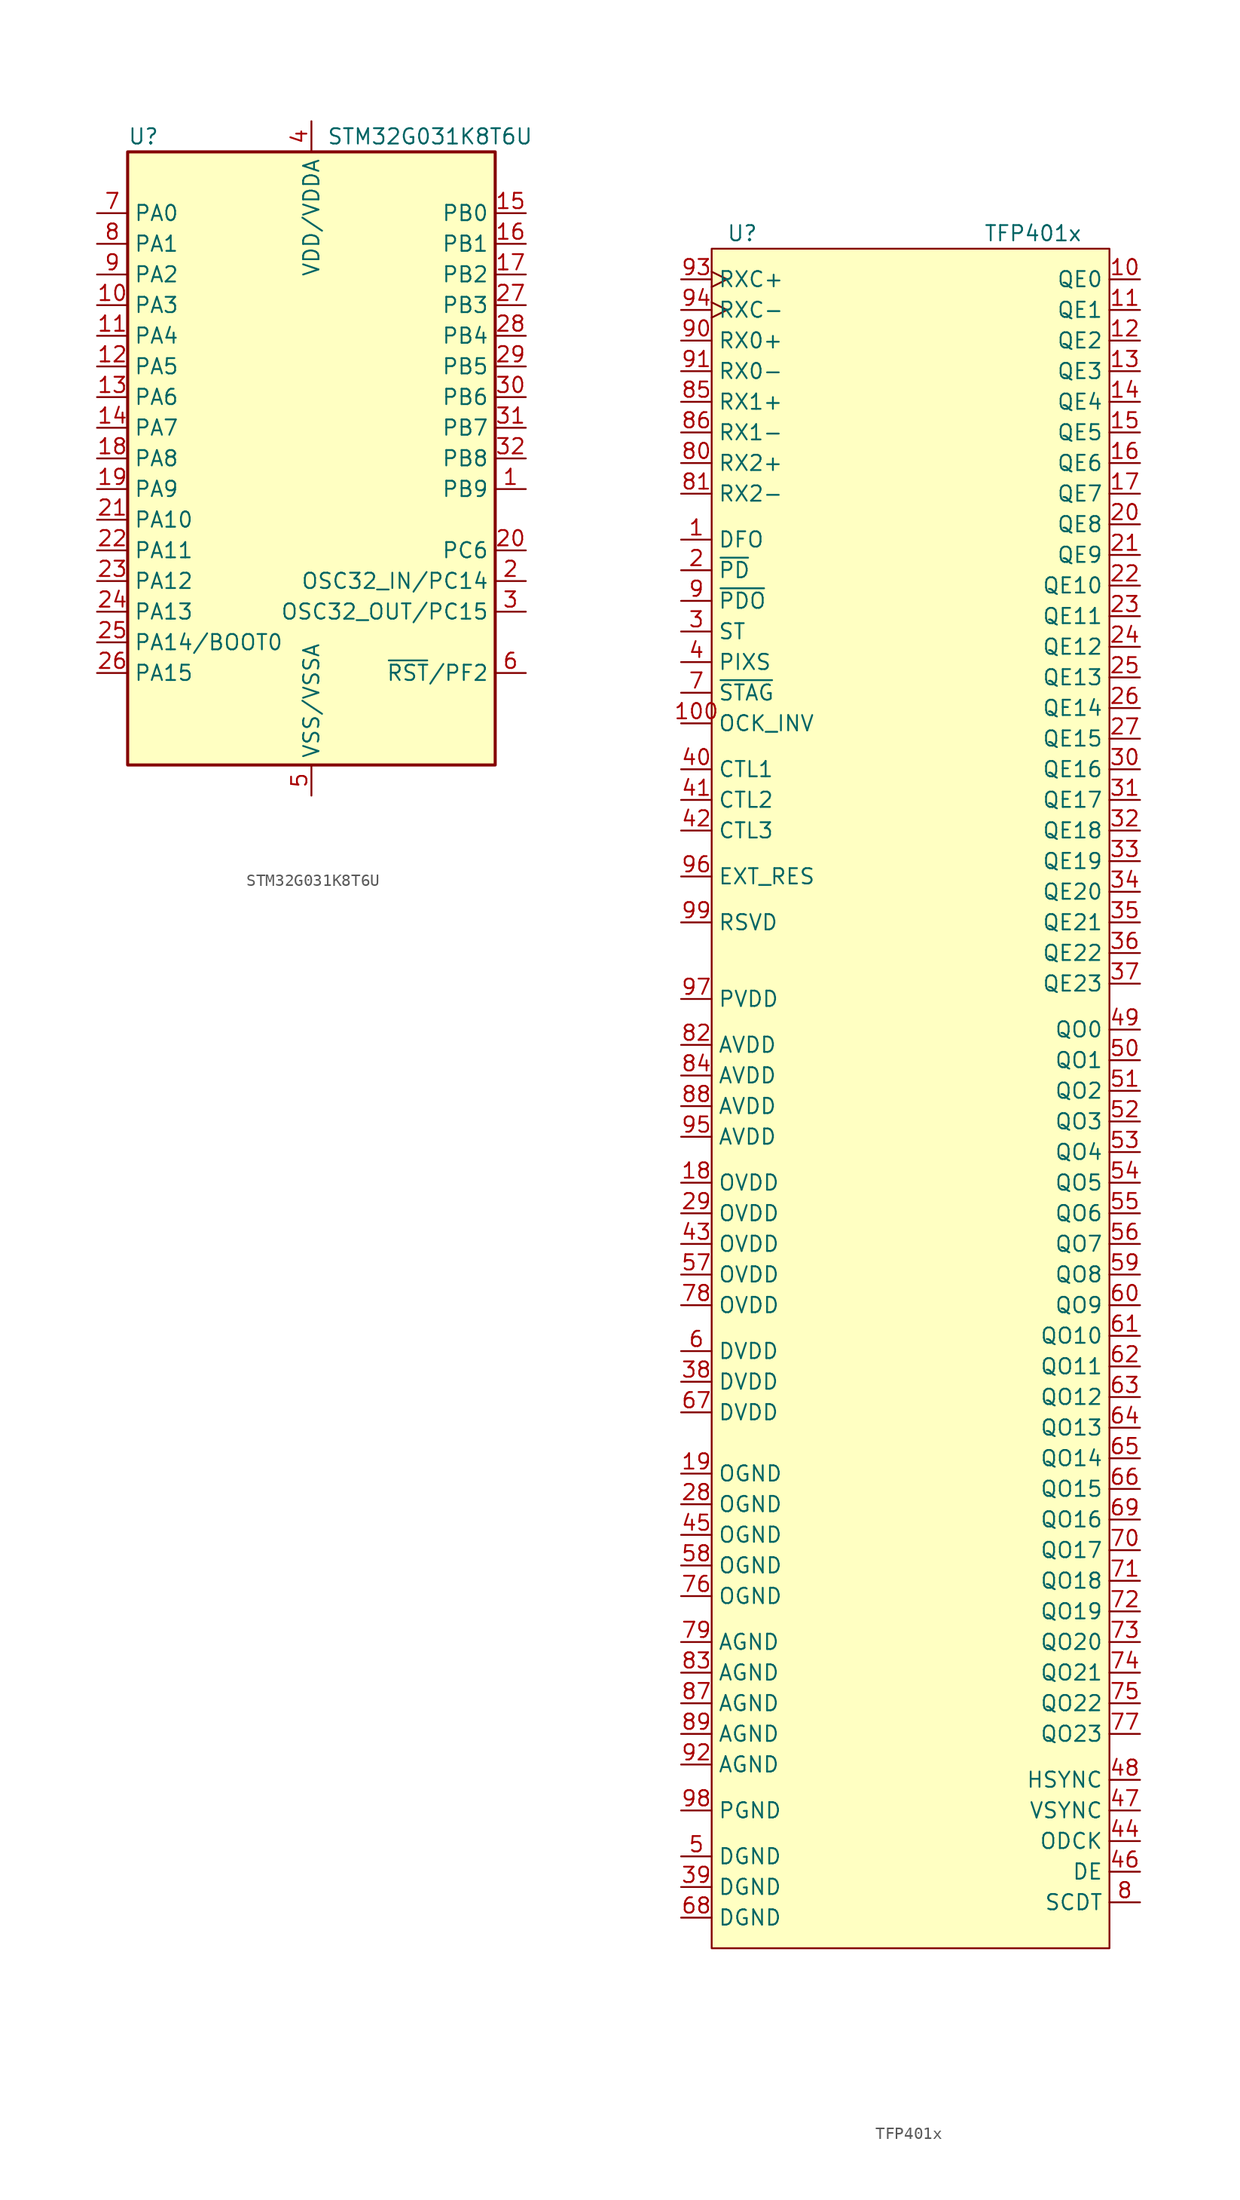
<source format=kicad_sym>
(kicad_symbol_lib
  (version 20231120)
  (generator "kicad_symbol_editor")
  (generator_version "8.0")
  (symbol "STM32G031K8T6U"
    (property "Reference" "U"
      (at -15.24 26.67 0)
      (effects (font (size 1.27 1.27)) (justify left)))
    (property "Value" "STM32G031K8T6U"
      (at 1.27 26.67 0)
      (effects (font (size 1.27 1.27)) (justify left)))
    (symbol "STM32G031K8T6U_0_1"
      (rectangle (start -15.24 -25.4) (end 15.24 25.4) (stroke (width 0.254) (type default)) (fill (type background))))
    (symbol "STM32G031K8T6U_1_1"
      (pin bidirectional line (at 17.78 -2.54 180) (length 2.54) (name "PB9" (effects (font (size 1.27 1.27)))) (number "1" (effects (font (size 1.27 1.27)))))
      (pin bidirectional line (at -17.78 12.7 0) (length 2.54) (name "PA3" (effects (font (size 1.27 1.27)))) (number "10" (effects (font (size 1.27 1.27)))))
      (pin bidirectional line (at -17.78 10.16 0) (length 2.54) (name "PA4" (effects (font (size 1.27 1.27)))) (number "11" (effects (font (size 1.27 1.27)))))
      (pin bidirectional line (at -17.78 7.62 0) (length 2.54) (name "PA5" (effects (font (size 1.27 1.27)))) (number "12" (effects (font (size 1.27 1.27)))))
      (pin bidirectional line (at -17.78 5.08 0) (length 2.54) (name "PA6" (effects (font (size 1.27 1.27)))) (number "13" (effects (font (size 1.27 1.27)))))
      (pin bidirectional line (at -17.78 2.54 0) (length 2.54) (name "PA7" (effects (font (size 1.27 1.27)))) (number "14" (effects (font (size 1.27 1.27)))))
      (pin bidirectional line (at 17.78 20.32 180) (length 2.54) (name "PB0" (effects (font (size 1.27 1.27)))) (number "15" (effects (font (size 1.27 1.27)))))
      (pin bidirectional line (at 17.78 17.78 180) (length 2.54) (name "PB1" (effects (font (size 1.27 1.27)))) (number "16" (effects (font (size 1.27 1.27)))))
      (pin bidirectional line (at 17.78 15.24 180) (length 2.54) (name "PB2" (effects (font (size 1.27 1.27)))) (number "17" (effects (font (size 1.27 1.27)))))
      (pin bidirectional line (at -17.78 0 0) (length 2.54) (name "PA8" (effects (font (size 1.27 1.27)))) (number "18" (effects (font (size 1.27 1.27)))))
      (pin bidirectional line (at -17.78 -2.54 0) (length 2.54) (name "PA9" (effects (font (size 1.27 1.27)))) (number "19" (effects (font (size 1.27 1.27)))))
      (pin bidirectional line (at 17.78 -10.16 180) (length 2.54) (name "OSC32_IN/PC14" (effects (font (size 1.27 1.27)))) (number "2" (effects (font (size 1.27 1.27)))))
      (pin bidirectional line (at 17.78 -7.62 180) (length 2.54) (name "PC6" (effects (font (size 1.27 1.27)))) (number "20" (effects (font (size 1.27 1.27)))))
      (pin bidirectional line (at -17.78 -5.08 0) (length 2.54) (name "PA10" (effects (font (size 1.27 1.27)))) (number "21" (effects (font (size 1.27 1.27)))))
      (pin bidirectional line (at -17.78 -7.62 0) (length 2.54) (name "PA11" (effects (font (size 1.27 1.27)))) (number "22" (effects (font (size 1.27 1.27)))))
      (pin bidirectional line (at -17.78 -10.16 0) (length 2.54) (name "PA12" (effects (font (size 1.27 1.27)))) (number "23" (effects (font (size 1.27 1.27)))))
      (pin bidirectional line (at -17.78 -12.7 0) (length 2.54) (name "PA13" (effects (font (size 1.27 1.27)))) (number "24" (effects (font (size 1.27 1.27)))))
      (pin bidirectional line (at -17.78 -15.24 0) (length 2.54) (name "PA14/BOOT0" (effects (font (size 1.27 1.27)))) (number "25" (effects (font (size 1.27 1.27)))))
      (pin bidirectional line (at -17.78 -17.78 0) (length 2.54) (name "PA15" (effects (font (size 1.27 1.27)))) (number "26" (effects (font (size 1.27 1.27)))))
      (pin bidirectional line (at 17.78 12.7 180) (length 2.54) (name "PB3" (effects (font (size 1.27 1.27)))) (number "27" (effects (font (size 1.27 1.27)))))
      (pin bidirectional line (at 17.78 10.16 180) (length 2.54) (name "PB4" (effects (font (size 1.27 1.27)))) (number "28" (effects (font (size 1.27 1.27)))))
      (pin bidirectional line (at 17.78 7.62 180) (length 2.54) (name "PB5" (effects (font (size 1.27 1.27)))) (number "29" (effects (font (size 1.27 1.27)))))
      (pin bidirectional line (at 17.78 -12.7 180) (length 2.54) (name "OSC32_OUT/PC15" (effects (font (size 1.27 1.27)))) (number "3" (effects (font (size 1.27 1.27)))))
      (pin bidirectional line (at 17.78 5.08 180) (length 2.54) (name "PB6" (effects (font (size 1.27 1.27)))) (number "30" (effects (font (size 1.27 1.27)))))
      (pin bidirectional line (at 17.78 2.54 180) (length 2.54) (name "PB7" (effects (font (size 1.27 1.27)))) (number "31" (effects (font (size 1.27 1.27)))))
      (pin bidirectional line (at 17.78 0 180) (length 2.54) (name "PB8" (effects (font (size 1.27 1.27)))) (number "32" (effects (font (size 1.27 1.27)))))
      (pin power_in line (at 0 27.94 270) (length 2.54) (name "VDD/VDDA" (effects (font (size 1.27 1.27)))) (number "4" (effects (font (size 1.27 1.27)))))
      (pin power_in line (at 0 -27.94 90) (length 2.54) (name "VSS/VSSA" (effects (font (size 1.27 1.27)))) (number "5" (effects (font (size 1.27 1.27)))))
      (pin bidirectional line (at 17.78 -17.78 180) (length 2.54) (name "~{RST}/PF2" (effects (font (size 1.27 1.27)))) (number "6" (effects (font (size 1.27 1.27)))))
      (pin bidirectional line (at -17.78 20.32 0) (length 2.54) (name "PA0" (effects (font (size 1.27 1.27)))) (number "7" (effects (font (size 1.27 1.27)))))
      (pin bidirectional line (at -17.78 17.78 0) (length 2.54) (name "PA1" (effects (font (size 1.27 1.27)))) (number "8" (effects (font (size 1.27 1.27)))))
      (pin bidirectional line (at -17.78 15.24 0) (length 2.54) (name "PA2" (effects (font (size 1.27 1.27)))) (number "9" (effects (font (size 1.27 1.27)))))))
  (symbol "TFP401x"
    (property "Reference" "U"
      (at -13.97 63.5 0)
      (effects (font (size 1.27 1.27))))
    (property "Value" "TFP401x"
      (at 10.16 63.5 0)
      (effects (font (size 1.27 1.27))))
    (symbol "TFP401x_0_1"
      (rectangle (start -16.51 62.23) (end 16.51 -78.74) (stroke (width 0.152) (type default)) (fill (type background))))
    (symbol "TFP401x_1_1"
      (pin input line (at -19.05 38.1 0) (length 2.54) (name "DFO" (effects (font (size 1.27 1.27)))) (number "1" (effects (font (size 1.27 1.27)))))
      (pin output line (at 19.05 59.69 180) (length 2.54) (name "QE0" (effects (font (size 1.27 1.27)))) (number "10" (effects (font (size 1.27 1.27)))))
      (pin input line (at -19.05 22.86 0) (length 2.54) (name "OCK_INV" (effects (font (size 1.27 1.27)))) (number "100" (effects (font (size 1.27 1.27)))))
      (pin output line (at 19.05 57.15 180) (length 2.54) (name "QE1" (effects (font (size 1.27 1.27)))) (number "11" (effects (font (size 1.27 1.27)))))
      (pin output line (at 19.05 54.61 180) (length 2.54) (name "QE2" (effects (font (size 1.27 1.27)))) (number "12" (effects (font (size 1.27 1.27)))))
      (pin output line (at 19.05 52.07 180) (length 2.54) (name "QE3" (effects (font (size 1.27 1.27)))) (number "13" (effects (font (size 1.27 1.27)))))
      (pin output line (at 19.05 49.53 180) (length 2.54) (name "QE4" (effects (font (size 1.27 1.27)))) (number "14" (effects (font (size 1.27 1.27)))))
      (pin output line (at 19.05 46.99 180) (length 2.54) (name "QE5" (effects (font (size 1.27 1.27)))) (number "15" (effects (font (size 1.27 1.27)))))
      (pin output line (at 19.05 44.45 180) (length 2.54) (name "QE6" (effects (font (size 1.27 1.27)))) (number "16" (effects (font (size 1.27 1.27)))))
      (pin output line (at 19.05 41.91 180) (length 2.54) (name "QE7" (effects (font (size 1.27 1.27)))) (number "17" (effects (font (size 1.27 1.27)))))
      (pin power_in line (at -19.05 -15.24 0) (length 2.54) (name "OVDD" (effects (font (size 1.27 1.27)))) (number "18" (effects (font (size 1.27 1.27)))))
      (pin power_in line (at -19.05 -39.37 0) (length 2.54) (name "OGND" (effects (font (size 1.27 1.27)))) (number "19" (effects (font (size 1.27 1.27)))))
      (pin input line (at -19.05 35.56 0) (length 2.54) (name "~{PD}" (effects (font (size 1.27 1.27)))) (number "2" (effects (font (size 1.27 1.27)))))
      (pin output line (at 19.05 39.37 180) (length 2.54) (name "QE8" (effects (font (size 1.27 1.27)))) (number "20" (effects (font (size 1.27 1.27)))))
      (pin output line (at 19.05 36.83 180) (length 2.54) (name "QE9" (effects (font (size 1.27 1.27)))) (number "21" (effects (font (size 1.27 1.27)))))
      (pin output line (at 19.05 34.29 180) (length 2.54) (name "QE10" (effects (font (size 1.27 1.27)))) (number "22" (effects (font (size 1.27 1.27)))))
      (pin output line (at 19.05 31.75 180) (length 2.54) (name "QE11" (effects (font (size 1.27 1.27)))) (number "23" (effects (font (size 1.27 1.27)))))
      (pin output line (at 19.05 29.21 180) (length 2.54) (name "QE12" (effects (font (size 1.27 1.27)))) (number "24" (effects (font (size 1.27 1.27)))))
      (pin output line (at 19.05 26.67 180) (length 2.54) (name "QE13" (effects (font (size 1.27 1.27)))) (number "25" (effects (font (size 1.27 1.27)))))
      (pin output line (at 19.05 24.13 180) (length 2.54) (name "QE14" (effects (font (size 1.27 1.27)))) (number "26" (effects (font (size 1.27 1.27)))))
      (pin output line (at 19.05 21.59 180) (length 2.54) (name "QE15" (effects (font (size 1.27 1.27)))) (number "27" (effects (font (size 1.27 1.27)))))
      (pin power_in line (at -19.05 -41.91 0) (length 2.54) (name "OGND" (effects (font (size 1.27 1.27)))) (number "28" (effects (font (size 1.27 1.27)))))
      (pin power_in line (at -19.05 -17.78 0) (length 2.54) (name "OVDD" (effects (font (size 1.27 1.27)))) (number "29" (effects (font (size 1.27 1.27)))))
      (pin input line (at -19.05 30.48 0) (length 2.54) (name "ST" (effects (font (size 1.27 1.27)))) (number "3" (effects (font (size 1.27 1.27)))))
      (pin output line (at 19.05 19.05 180) (length 2.54) (name "QE16" (effects (font (size 1.27 1.27)))) (number "30" (effects (font (size 1.27 1.27)))))
      (pin output line (at 19.05 16.51 180) (length 2.54) (name "QE17" (effects (font (size 1.27 1.27)))) (number "31" (effects (font (size 1.27 1.27)))))
      (pin output line (at 19.05 13.97 180) (length 2.54) (name "QE18" (effects (font (size 1.27 1.27)))) (number "32" (effects (font (size 1.27 1.27)))))
      (pin output line (at 19.05 11.43 180) (length 2.54) (name "QE19" (effects (font (size 1.27 1.27)))) (number "33" (effects (font (size 1.27 1.27)))))
      (pin output line (at 19.05 8.89 180) (length 2.54) (name "QE20" (effects (font (size 1.27 1.27)))) (number "34" (effects (font (size 1.27 1.27)))))
      (pin output line (at 19.05 6.35 180) (length 2.54) (name "QE21" (effects (font (size 1.27 1.27)))) (number "35" (effects (font (size 1.27 1.27)))))
      (pin output line (at 19.05 3.81 180) (length 2.54) (name "QE22" (effects (font (size 1.27 1.27)))) (number "36" (effects (font (size 1.27 1.27)))))
      (pin output line (at 19.05 1.27 180) (length 2.54) (name "QE23" (effects (font (size 1.27 1.27)))) (number "37" (effects (font (size 1.27 1.27)))))
      (pin power_in line (at -19.05 -31.75 0) (length 2.54) (name "DVDD" (effects (font (size 1.27 1.27)))) (number "38" (effects (font (size 1.27 1.27)))))
      (pin power_in line (at -19.05 -73.66 0) (length 2.54) (name "DGND" (effects (font (size 1.27 1.27)))) (number "39" (effects (font (size 1.27 1.27)))))
      (pin input line (at -19.05 27.94 0) (length 2.54) (name "PIXS" (effects (font (size 1.27 1.27)))) (number "4" (effects (font (size 1.27 1.27)))))
      (pin input line (at -19.05 19.05 0) (length 2.54) (name "CTL1" (effects (font (size 1.27 1.27)))) (number "40" (effects (font (size 1.27 1.27)))))
      (pin input line (at -19.05 16.51 0) (length 2.54) (name "CTL2" (effects (font (size 1.27 1.27)))) (number "41" (effects (font (size 1.27 1.27)))))
      (pin input line (at -19.05 13.97 0) (length 2.54) (name "CTL3" (effects (font (size 1.27 1.27)))) (number "42" (effects (font (size 1.27 1.27)))))
      (pin power_in line (at -19.05 -20.32 0) (length 2.54) (name "OVDD" (effects (font (size 1.27 1.27)))) (number "43" (effects (font (size 1.27 1.27)))))
      (pin output line (at 19.05 -69.85 180) (length 2.54) (name "ODCK" (effects (font (size 1.27 1.27)))) (number "44" (effects (font (size 1.27 1.27)))))
      (pin power_in line (at -19.05 -44.45 0) (length 2.54) (name "OGND" (effects (font (size 1.27 1.27)))) (number "45" (effects (font (size 1.27 1.27)))))
      (pin output line (at 19.05 -72.39 180) (length 2.54) (name "DE" (effects (font (size 1.27 1.27)))) (number "46" (effects (font (size 1.27 1.27)))))
      (pin output line (at 19.05 -67.31 180) (length 2.54) (name "VSYNC" (effects (font (size 1.27 1.27)))) (number "47" (effects (font (size 1.27 1.27)))))
      (pin output line (at 19.05 -64.77 180) (length 2.54) (name "HSYNC" (effects (font (size 1.27 1.27)))) (number "48" (effects (font (size 1.27 1.27)))))
      (pin output line (at 19.05 -2.54 180) (length 2.54) (name "QO0" (effects (font (size 1.27 1.27)))) (number "49" (effects (font (size 1.27 1.27)))))
      (pin power_in line (at -19.05 -71.12 0) (length 2.54) (name "DGND" (effects (font (size 1.27 1.27)))) (number "5" (effects (font (size 1.27 1.27)))))
      (pin output line (at 19.05 -5.08 180) (length 2.54) (name "QO1" (effects (font (size 1.27 1.27)))) (number "50" (effects (font (size 1.27 1.27)))))
      (pin output line (at 19.05 -7.62 180) (length 2.54) (name "QO2" (effects (font (size 1.27 1.27)))) (number "51" (effects (font (size 1.27 1.27)))))
      (pin output line (at 19.05 -10.16 180) (length 2.54) (name "QO3" (effects (font (size 1.27 1.27)))) (number "52" (effects (font (size 1.27 1.27)))))
      (pin output line (at 19.05 -12.7 180) (length 2.54) (name "QO4" (effects (font (size 1.27 1.27)))) (number "53" (effects (font (size 1.27 1.27)))))
      (pin output line (at 19.05 -15.24 180) (length 2.54) (name "QO5" (effects (font (size 1.27 1.27)))) (number "54" (effects (font (size 1.27 1.27)))))
      (pin output line (at 19.05 -17.78 180) (length 2.54) (name "QO6" (effects (font (size 1.27 1.27)))) (number "55" (effects (font (size 1.27 1.27)))))
      (pin output line (at 19.05 -20.32 180) (length 2.54) (name "QO7" (effects (font (size 1.27 1.27)))) (number "56" (effects (font (size 1.27 1.27)))))
      (pin power_in line (at -19.05 -22.86 0) (length 2.54) (name "OVDD" (effects (font (size 1.27 1.27)))) (number "57" (effects (font (size 1.27 1.27)))))
      (pin power_in line (at -19.05 -46.99 0) (length 2.54) (name "OGND" (effects (font (size 1.27 1.27)))) (number "58" (effects (font (size 1.27 1.27)))))
      (pin output line (at 19.05 -22.86 180) (length 2.54) (name "QO8" (effects (font (size 1.27 1.27)))) (number "59" (effects (font (size 1.27 1.27)))))
      (pin power_in line (at -19.05 -29.21 0) (length 2.54) (name "DVDD" (effects (font (size 1.27 1.27)))) (number "6" (effects (font (size 1.27 1.27)))))
      (pin output line (at 19.05 -25.4 180) (length 2.54) (name "QO9" (effects (font (size 1.27 1.27)))) (number "60" (effects (font (size 1.27 1.27)))))
      (pin output line (at 19.05 -27.94 180) (length 2.54) (name "QO10" (effects (font (size 1.27 1.27)))) (number "61" (effects (font (size 1.27 1.27)))))
      (pin output line (at 19.05 -30.48 180) (length 2.54) (name "QO11" (effects (font (size 1.27 1.27)))) (number "62" (effects (font (size 1.27 1.27)))))
      (pin output line (at 19.05 -33.02 180) (length 2.54) (name "QO12" (effects (font (size 1.27 1.27)))) (number "63" (effects (font (size 1.27 1.27)))))
      (pin output line (at 19.05 -35.56 180) (length 2.54) (name "QO13" (effects (font (size 1.27 1.27)))) (number "64" (effects (font (size 1.27 1.27)))))
      (pin output line (at 19.05 -38.1 180) (length 2.54) (name "QO14" (effects (font (size 1.27 1.27)))) (number "65" (effects (font (size 1.27 1.27)))))
      (pin output line (at 19.05 -40.64 180) (length 2.54) (name "QO15" (effects (font (size 1.27 1.27)))) (number "66" (effects (font (size 1.27 1.27)))))
      (pin power_in line (at -19.05 -34.29 0) (length 2.54) (name "DVDD" (effects (font (size 1.27 1.27)))) (number "67" (effects (font (size 1.27 1.27)))))
      (pin power_in line (at -19.05 -76.2 0) (length 2.54) (name "DGND" (effects (font (size 1.27 1.27)))) (number "68" (effects (font (size 1.27 1.27)))))
      (pin output line (at 19.05 -43.18 180) (length 2.54) (name "QO16" (effects (font (size 1.27 1.27)))) (number "69" (effects (font (size 1.27 1.27)))))
      (pin input line (at -19.05 25.4 0) (length 2.54) (name "~{STAG}" (effects (font (size 1.27 1.27)))) (number "7" (effects (font (size 1.27 1.27)))))
      (pin output line (at 19.05 -45.72 180) (length 2.54) (name "QO17" (effects (font (size 1.27 1.27)))) (number "70" (effects (font (size 1.27 1.27)))))
      (pin output line (at 19.05 -48.26 180) (length 2.54) (name "QO18" (effects (font (size 1.27 1.27)))) (number "71" (effects (font (size 1.27 1.27)))))
      (pin output line (at 19.05 -50.8 180) (length 2.54) (name "QO19" (effects (font (size 1.27 1.27)))) (number "72" (effects (font (size 1.27 1.27)))))
      (pin output line (at 19.05 -53.34 180) (length 2.54) (name "QO20" (effects (font (size 1.27 1.27)))) (number "73" (effects (font (size 1.27 1.27)))))
      (pin output line (at 19.05 -55.88 180) (length 2.54) (name "QO21" (effects (font (size 1.27 1.27)))) (number "74" (effects (font (size 1.27 1.27)))))
      (pin output line (at 19.05 -58.42 180) (length 2.54) (name "QO22" (effects (font (size 1.27 1.27)))) (number "75" (effects (font (size 1.27 1.27)))))
      (pin power_in line (at -19.05 -49.53 0) (length 2.54) (name "OGND" (effects (font (size 1.27 1.27)))) (number "76" (effects (font (size 1.27 1.27)))))
      (pin output line (at 19.05 -60.96 180) (length 2.54) (name "QO23" (effects (font (size 1.27 1.27)))) (number "77" (effects (font (size 1.27 1.27)))))
      (pin power_in line (at -19.05 -25.4 0) (length 2.54) (name "OVDD" (effects (font (size 1.27 1.27)))) (number "78" (effects (font (size 1.27 1.27)))))
      (pin power_in line (at -19.05 -53.34 0) (length 2.54) (name "AGND" (effects (font (size 1.27 1.27)))) (number "79" (effects (font (size 1.27 1.27)))))
      (pin output line (at 19.05 -74.93 180) (length 2.54) (name "SCDT" (effects (font (size 1.27 1.27)))) (number "8" (effects (font (size 1.27 1.27)))))
      (pin input line (at -19.05 44.45 0) (length 2.54) (name "RX2+" (effects (font (size 1.27 1.27)))) (number "80" (effects (font (size 1.27 1.27)))))
      (pin input line (at -19.05 41.91 0) (length 2.54) (name "RX2-" (effects (font (size 1.27 1.27)))) (number "81" (effects (font (size 1.27 1.27)))))
      (pin power_in line (at -19.05 -3.81 0) (length 2.54) (name "AVDD" (effects (font (size 1.27 1.27)))) (number "82" (effects (font (size 1.27 1.27)))))
      (pin power_in line (at -19.05 -55.88 0) (length 2.54) (name "AGND" (effects (font (size 1.27 1.27)))) (number "83" (effects (font (size 1.27 1.27)))))
      (pin power_in line (at -19.05 -6.35 0) (length 2.54) (name "AVDD" (effects (font (size 1.27 1.27)))) (number "84" (effects (font (size 1.27 1.27)))))
      (pin input line (at -19.05 49.53 0) (length 2.54) (name "RX1+" (effects (font (size 1.27 1.27)))) (number "85" (effects (font (size 1.27 1.27)))))
      (pin input line (at -19.05 46.99 0) (length 2.54) (name "RX1-" (effects (font (size 1.27 1.27)))) (number "86" (effects (font (size 1.27 1.27)))))
      (pin power_in line (at -19.05 -58.42 0) (length 2.54) (name "AGND" (effects (font (size 1.27 1.27)))) (number "87" (effects (font (size 1.27 1.27)))))
      (pin power_in line (at -19.05 -8.89 0) (length 2.54) (name "AVDD" (effects (font (size 1.27 1.27)))) (number "88" (effects (font (size 1.27 1.27)))))
      (pin power_in line (at -19.05 -60.96 0) (length 2.54) (name "AGND" (effects (font (size 1.27 1.27)))) (number "89" (effects (font (size 1.27 1.27)))))
      (pin input line (at -19.05 33.02 0) (length 2.54) (name "~{PDO}" (effects (font (size 1.27 1.27)))) (number "9" (effects (font (size 1.27 1.27)))))
      (pin input line (at -19.05 54.61 0) (length 2.54) (name "RX0+" (effects (font (size 1.27 1.27)))) (number "90" (effects (font (size 1.27 1.27)))))
      (pin input line (at -19.05 52.07 0) (length 2.54) (name "RX0-" (effects (font (size 1.27 1.27)))) (number "91" (effects (font (size 1.27 1.27)))))
      (pin power_in line (at -19.05 -63.5 0) (length 2.54) (name "AGND" (effects (font (size 1.27 1.27)))) (number "92" (effects (font (size 1.27 1.27)))))
      (pin input clock (at -19.05 59.69 0) (length 2.54) (name "RXC+" (effects (font (size 1.27 1.27)))) (number "93" (effects (font (size 1.27 1.27)))))
      (pin input clock (at -19.05 57.15 0) (length 2.54) (name "RXC-" (effects (font (size 1.27 1.27)))) (number "94" (effects (font (size 1.27 1.27)))))
      (pin power_in line (at -19.05 -11.43 0) (length 2.54) (name "AVDD" (effects (font (size 1.27 1.27)))) (number "95" (effects (font (size 1.27 1.27)))))
      (pin input line (at -19.05 10.16 0) (length 2.54) (name "EXT_RES" (effects (font (size 1.27 1.27)))) (number "96" (effects (font (size 1.27 1.27)))))
      (pin power_out line (at -19.05 0 0) (length 2.54) (name "PVDD" (effects (font (size 1.27 1.27)))) (number "97" (effects (font (size 1.27 1.27)))))
      (pin power_in line (at -19.05 -67.31 0) (length 2.54) (name "PGND" (effects (font (size 1.27 1.27)))) (number "98" (effects (font (size 1.27 1.27)))))
      (pin input line (at -19.05 6.35 0) (length 2.54) (name "RSVD" (effects (font (size 1.27 1.27)))) (number "99" (effects (font (size 1.27 1.27))))))))
</source>
